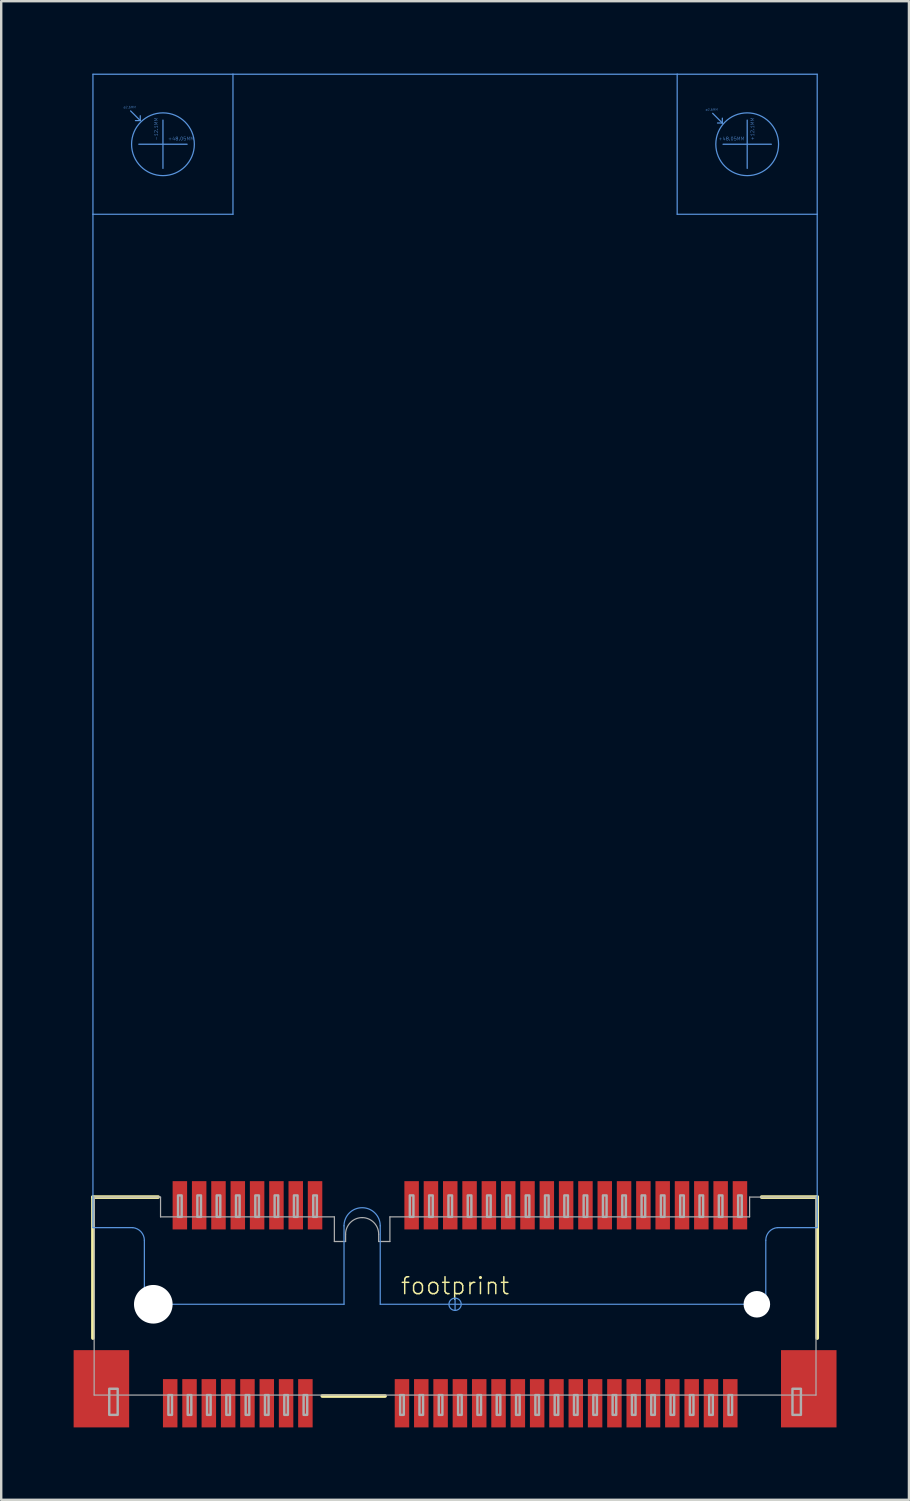
<source format=kicad_pcb>
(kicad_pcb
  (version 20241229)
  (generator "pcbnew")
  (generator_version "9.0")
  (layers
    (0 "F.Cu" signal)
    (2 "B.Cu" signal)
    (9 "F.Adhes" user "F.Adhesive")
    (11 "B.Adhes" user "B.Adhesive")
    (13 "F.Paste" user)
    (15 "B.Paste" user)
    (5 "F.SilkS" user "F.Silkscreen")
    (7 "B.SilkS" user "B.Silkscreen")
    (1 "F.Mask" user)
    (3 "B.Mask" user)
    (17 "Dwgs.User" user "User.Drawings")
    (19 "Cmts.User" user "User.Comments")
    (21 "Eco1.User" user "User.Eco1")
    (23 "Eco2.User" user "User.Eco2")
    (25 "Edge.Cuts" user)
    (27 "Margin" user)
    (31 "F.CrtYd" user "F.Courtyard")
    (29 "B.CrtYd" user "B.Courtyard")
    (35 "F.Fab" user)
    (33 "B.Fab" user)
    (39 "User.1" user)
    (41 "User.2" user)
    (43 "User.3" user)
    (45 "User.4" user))
  (footprint "footprint"
    (layer "F.Cu")
    (at 15.8 50.975)
    (property "Reference" "footprint" (at 0 -0.762 0) (layer "F.SilkS") (effects (font (size 0.701 0.701) (thickness 0.061))))
    (fp_line (start -15 1.4) (end -15 -4.44) (stroke (width 0.152) (type solid)) (layer "F.SilkS"))
    (fp_line (start -12.3 -4.44) (end -15 -4.44) (stroke (width 0.152) (type solid)) (layer "F.SilkS"))
    (fp_line (start -2.9 3.8) (end -5.5 3.8) (stroke (width 0.152) (type solid)) (layer "F.SilkS"))
    (fp_line (start 15 -4.44) (end 12.7 -4.44) (stroke (width 0.152) (type solid)) (layer "F.SilkS"))
    (fp_line (start 15 1.4) (end 15 -4.44) (stroke (width 0.152) (type solid)) (layer "F.SilkS"))
    (fp_line (start -15 -50.95) (end -9.2 -50.95) (stroke (width 0.051) (type solid)) (layer "Cmts.User"))
    (fp_line (start -15 -45.15) (end -15 -50.95) (stroke (width 0.051) (type solid)) (layer "Cmts.User"))
    (fp_line (start -15 -3.175) (end -15 -45.15) (stroke (width 0.051) (type solid)) (layer "Cmts.User"))
    (fp_line (start -13.35 -3.175) (end -15 -3.175) (stroke (width 0.051) (type solid)) (layer "Cmts.User"))
    (fp_line (start -13.1 -48.05) (end -11.1 -48.05) (stroke (width 0.051) (type solid)) (layer "Cmts.User"))
    (fp_line (start -13.04 -49.03) (end -13.44 -49.43) (stroke (width 0.051) (type solid)) (layer "Cmts.User"))
    (fp_line (start -13.04 -49.03) (end -13.24 -49.03) (stroke (width 0.051) (type solid)) (layer "Cmts.User"))
    (fp_line (start -13.04 -49.03) (end -13.04 -49.23) (stroke (width 0.051) (type solid)) (layer "Cmts.User"))
    (fp_line (start -12.87 0) (end -12.87 -2.65) (stroke (width 0.051) (type solid)) (layer "Cmts.User"))
    (fp_line (start -12.1 -47.05) (end -12.1 -49.05) (stroke (width 0.051) (type solid)) (layer "Cmts.User"))
    (fp_line (start -9.2 -50.95) (end 9.2 -50.95) (stroke (width 0.051) (type solid)) (layer "Cmts.User"))
    (fp_line (start -9.2 -45.15) (end -15 -45.15) (stroke (width 0.051) (type solid)) (layer "Cmts.User"))
    (fp_line (start -9.2 -45.15) (end -9.2 -50.95) (stroke (width 0.051) (type solid)) (layer "Cmts.User"))
    (fp_line (start -4.6 -3.25) (end -4.6 0) (stroke (width 0.051) (type solid)) (layer "Cmts.User"))
    (fp_line (start -4.6 0) (end -12.87 0) (stroke (width 0.051) (type solid)) (layer "Cmts.User"))
    (fp_line (start -3.1 -3.25) (end -3.1 0) (stroke (width 0.051) (type solid)) (layer "Cmts.User"))
    (fp_line (start 0 0.254) (end 0 -0.254) (stroke (width 0.051) (type solid)) (layer "Cmts.User"))
    (fp_line (start 9.2 -50.95) (end 15 -50.95) (stroke (width 0.051) (type solid)) (layer "Cmts.User"))
    (fp_line (start 9.2 -45.15) (end 9.2 -50.95) (stroke (width 0.051) (type solid)) (layer "Cmts.User"))
    (fp_line (start 11.07 -48.93) (end 10.67 -49.33) (stroke (width 0.051) (type solid)) (layer "Cmts.User"))
    (fp_line (start 11.07 -48.93) (end 10.87 -48.93) (stroke (width 0.051) (type solid)) (layer "Cmts.User"))
    (fp_line (start 11.07 -48.93) (end 11.07 -49.13) (stroke (width 0.051) (type solid)) (layer "Cmts.User"))
    (fp_line (start 11.1 -48.05) (end 13.1 -48.05) (stroke (width 0.051) (type solid)) (layer "Cmts.User"))
    (fp_line (start 12.1 -47.05) (end 12.1 -49.05) (stroke (width 0.051) (type solid)) (layer "Cmts.User"))
    (fp_line (start 12.87 -2.65) (end 12.87 0) (stroke (width 0.051) (type solid)) (layer "Cmts.User"))
    (fp_line (start 12.87 0) (end -3.1 0) (stroke (width 0.051) (type solid)) (layer "Cmts.User"))
    (fp_line (start 13.35 -3.175) (end 15 -3.175) (stroke (width 0.051) (type solid)) (layer "Cmts.User"))
    (fp_line (start 15 -45.15) (end 9.2 -45.15) (stroke (width 0.051) (type solid)) (layer "Cmts.User"))
    (fp_line (start 15 -45.15) (end 15 -50.95) (stroke (width 0.051) (type solid)) (layer "Cmts.User"))
    (fp_line (start 15 -3.175) (end 15 -45.15) (stroke (width 0.051) (type solid)) (layer "Cmts.User"))
    (fp_arc (start -13.35 -3.175) (mid -13.009471 -3.004412) (end -12.869998 -2.65) (stroke (width 0.0508) (type solid)) (layer "Cmts.User"))
    (fp_arc (start -4.6 -3.25) (mid -3.85 -4) (end -3.1 -3.25) (stroke (width 0.0508) (type solid)) (layer "Cmts.User"))
    (fp_arc (start 12.869999 -2.650001) (mid 13.007986 -3.00577) (end 13.35 -3.175) (stroke (width 0.0508) (type solid)) (layer "Cmts.User"))
    (fp_circle (center -12.1 -48.05) (end -10.8 -48.05) (stroke (width 0.051) (type solid)) (fill no) (layer "Cmts.User"))
    (fp_circle (center 0 0) (end 0.254 0) (stroke (width 0.051) (type solid)) (fill no) (layer "Cmts.User"))
    (fp_circle (center 12.1 -48.05) (end 13.4 -48.05) (stroke (width 0.051) (type solid)) (fill no) (layer "Cmts.User"))
    (fp_line (start -14.95 -4.44) (end -14.95 3.76) (stroke (width 0.05) (type solid)) (layer "F.Fab"))
    (fp_line (start -14.95 3.76) (end 14.95 3.76) (stroke (width 0.05) (type solid)) (layer "F.Fab"))
    (fp_line (start -12.2 -4.44) (end -14.95 -4.44) (stroke (width 0.05) (type solid)) (layer "F.Fab"))
    (fp_line (start -12.2 -3.62) (end -12.2 -4.44) (stroke (width 0.05) (type solid)) (layer "F.Fab"))
    (fp_line (start -12.2 -3.62) (end -5 -3.62) (stroke (width 0.05) (type solid)) (layer "F.Fab"))
    (fp_line (start -5 -3.62) (end -5 -2.6) (stroke (width 0.05) (type solid)) (layer "F.Fab"))
    (fp_line (start -4.535 -2.6) (end -5 -2.6) (stroke (width 0.05) (type solid)) (layer "F.Fab"))
    (fp_line (start -4.535 -2.6) (end -4.535 -2.9) (stroke (width 0.05) (type solid)) (layer "F.Fab"))
    (fp_line (start -3.165 -2.9) (end -3.165 -2.6) (stroke (width 0.05) (type solid)) (layer "F.Fab"))
    (fp_line (start -2.7 -3.62) (end -2.7 -2.6) (stroke (width 0.05) (type solid)) (layer "F.Fab"))
    (fp_line (start -2.7 -3.62) (end 12.2 -3.62) (stroke (width 0.05) (type solid)) (layer "F.Fab"))
    (fp_line (start -2.7 -2.6) (end -3.165 -2.6) (stroke (width 0.05) (type solid)) (layer "F.Fab"))
    (fp_line (start 12.2 -3.62) (end 12.2 -4.44) (stroke (width 0.05) (type solid)) (layer "F.Fab"))
    (fp_line (start 14.95 -4.44) (end 12.2 -4.44) (stroke (width 0.05) (type solid)) (layer "F.Fab"))
    (fp_line (start 14.95 3.76) (end 14.95 -4.44) (stroke (width 0.05) (type solid)) (layer "F.Fab"))
    (fp_arc (start -4.535 -2.9) (mid -4.335404 -3.386868) (end -3.85 -3.59) (stroke (width 0.05) (type solid)) (layer "F.Fab"))
    (fp_arc (start -3.85 -3.59) (mid -3.364596 -3.386868) (end -3.165 -2.9) (stroke (width 0.05) (type solid)) (layer "F.Fab"))
    (fp_poly (pts (xy -14.325 4.58) (xy -13.975 4.58) (xy -13.975 3.5) (xy -14.325 3.5)) (stroke (width 0.1) (type solid)) (fill no) (layer "F.Fab"))
    (fp_poly (pts (xy -11.875 4.58) (xy -11.725 4.58) (xy -11.725 3.76) (xy -11.875 3.76)) (stroke (width 0.1) (type solid)) (fill no) (layer "F.Fab"))
    (fp_poly (pts (xy -11.475 -3.62) (xy -11.325 -3.62) (xy -11.325 -4.51) (xy -11.475 -4.51)) (stroke (width 0.1) (type solid)) (fill no) (layer "F.Fab"))
    (fp_poly (pts (xy -11.075 4.58) (xy -10.925 4.58) (xy -10.925 3.76) (xy -11.075 3.76)) (stroke (width 0.1) (type solid)) (fill no) (layer "F.Fab"))
    (fp_poly (pts (xy -10.675 -3.62) (xy -10.525 -3.62) (xy -10.525 -4.51) (xy -10.675 -4.51)) (stroke (width 0.1) (type solid)) (fill no) (layer "F.Fab"))
    (fp_poly (pts (xy -10.275 4.58) (xy -10.125 4.58) (xy -10.125 3.76) (xy -10.275 3.76)) (stroke (width 0.1) (type solid)) (fill no) (layer "F.Fab"))
    (fp_poly (pts (xy -9.875 -3.62) (xy -9.725 -3.62) (xy -9.725 -4.51) (xy -9.875 -4.51)) (stroke (width 0.1) (type solid)) (fill no) (layer "F.Fab"))
    (fp_poly (pts (xy -9.475 4.58) (xy -9.325 4.58) (xy -9.325 3.76) (xy -9.475 3.76)) (stroke (width 0.1) (type solid)) (fill no) (layer "F.Fab"))
    (fp_poly (pts (xy -9.075 -3.62) (xy -8.925 -3.62) (xy -8.925 -4.51) (xy -9.075 -4.51)) (stroke (width 0.1) (type solid)) (fill no) (layer "F.Fab"))
    (fp_poly (pts (xy -8.675 4.58) (xy -8.525 4.58) (xy -8.525 3.76) (xy -8.675 3.76)) (stroke (width 0.1) (type solid)) (fill no) (layer "F.Fab"))
    (fp_poly (pts (xy -8.275 -3.62) (xy -8.125 -3.62) (xy -8.125 -4.51) (xy -8.275 -4.51)) (stroke (width 0.1) (type solid)) (fill no) (layer "F.Fab"))
    (fp_poly (pts (xy -7.875 4.58) (xy -7.725 4.58) (xy -7.725 3.76) (xy -7.875 3.76)) (stroke (width 0.1) (type solid)) (fill no) (layer "F.Fab"))
    (fp_poly (pts (xy -7.475 -3.62) (xy -7.325 -3.62) (xy -7.325 -4.51) (xy -7.475 -4.51)) (stroke (width 0.1) (type solid)) (fill no) (layer "F.Fab"))
    (fp_poly (pts (xy -7.075 4.58) (xy -6.925 4.58) (xy -6.925 3.76) (xy -7.075 3.76)) (stroke (width 0.1) (type solid)) (fill no) (layer "F.Fab"))
    (fp_poly (pts (xy -6.675 -3.62) (xy -6.525 -3.62) (xy -6.525 -4.51) (xy -6.675 -4.51)) (stroke (width 0.1) (type solid)) (fill no) (layer "F.Fab"))
    (fp_poly (pts (xy -6.275 4.58) (xy -6.125 4.58) (xy -6.125 3.76) (xy -6.275 3.76)) (stroke (width 0.1) (type solid)) (fill no) (layer "F.Fab"))
    (fp_poly (pts (xy -5.875 -3.62) (xy -5.725 -3.62) (xy -5.725 -4.51) (xy -5.875 -4.51)) (stroke (width 0.1) (type solid)) (fill no) (layer "F.Fab"))
    (fp_poly (pts (xy -2.275 4.58) (xy -2.125 4.58) (xy -2.125 3.76) (xy -2.275 3.76)) (stroke (width 0.1) (type solid)) (fill no) (layer "F.Fab"))
    (fp_poly (pts (xy -1.875 -3.62) (xy -1.725 -3.62) (xy -1.725 -4.51) (xy -1.875 -4.51)) (stroke (width 0.1) (type solid)) (fill no) (layer "F.Fab"))
    (fp_poly (pts (xy -1.475 4.58) (xy -1.325 4.58) (xy -1.325 3.76) (xy -1.475 3.76)) (stroke (width 0.1) (type solid)) (fill no) (layer "F.Fab"))
    (fp_poly (pts (xy -1.075 -3.62) (xy -0.925 -3.62) (xy -0.925 -4.51) (xy -1.075 -4.51)) (stroke (width 0.1) (type solid)) (fill no) (layer "F.Fab"))
    (fp_poly (pts (xy -0.675 4.58) (xy -0.525 4.58) (xy -0.525 3.76) (xy -0.675 3.76)) (stroke (width 0.1) (type solid)) (fill no) (layer "F.Fab"))
    (fp_poly (pts (xy -0.275 -3.62) (xy -0.125 -3.62) (xy -0.125 -4.51) (xy -0.275 -4.51)) (stroke (width 0.1) (type solid)) (fill no) (layer "F.Fab"))
    (fp_poly (pts (xy 0.125 4.58) (xy 0.275 4.58) (xy 0.275 3.76) (xy 0.125 3.76)) (stroke (width 0.1) (type solid)) (fill no) (layer "F.Fab"))
    (fp_poly (pts (xy 0.525 -3.62) (xy 0.675 -3.62) (xy 0.675 -4.51) (xy 0.525 -4.51)) (stroke (width 0.1) (type solid)) (fill no) (layer "F.Fab"))
    (fp_poly (pts (xy 0.925 4.58) (xy 1.075 4.58) (xy 1.075 3.76) (xy 0.925 3.76)) (stroke (width 0.1) (type solid)) (fill no) (layer "F.Fab"))
    (fp_poly (pts (xy 1.325 -3.62) (xy 1.475 -3.62) (xy 1.475 -4.51) (xy 1.325 -4.51)) (stroke (width 0.1) (type solid)) (fill no) (layer "F.Fab"))
    (fp_poly (pts (xy 1.725 4.58) (xy 1.875 4.58) (xy 1.875 3.76) (xy 1.725 3.76)) (stroke (width 0.1) (type solid)) (fill no) (layer "F.Fab"))
    (fp_poly (pts (xy 2.125 -3.62) (xy 2.275 -3.62) (xy 2.275 -4.51) (xy 2.125 -4.51)) (stroke (width 0.1) (type solid)) (fill no) (layer "F.Fab"))
    (fp_poly (pts (xy 2.525 4.58) (xy 2.675 4.58) (xy 2.675 3.76) (xy 2.525 3.76)) (stroke (width 0.1) (type solid)) (fill no) (layer "F.Fab"))
    (fp_poly (pts (xy 2.925 -3.62) (xy 3.075 -3.62) (xy 3.075 -4.51) (xy 2.925 -4.51)) (stroke (width 0.1) (type solid)) (fill no) (layer "F.Fab"))
    (fp_poly (pts (xy 3.325 4.58) (xy 3.475 4.58) (xy 3.475 3.76) (xy 3.325 3.76)) (stroke (width 0.1) (type solid)) (fill no) (layer "F.Fab"))
    (fp_poly (pts (xy 3.725 -3.62) (xy 3.875 -3.62) (xy 3.875 -4.51) (xy 3.725 -4.51)) (stroke (width 0.1) (type solid)) (fill no) (layer "F.Fab"))
    (fp_poly (pts (xy 4.125 4.58) (xy 4.275 4.58) (xy 4.275 3.76) (xy 4.125 3.76)) (stroke (width 0.1) (type solid)) (fill no) (layer "F.Fab"))
    (fp_poly (pts (xy 4.525 -3.62) (xy 4.675 -3.62) (xy 4.675 -4.51) (xy 4.525 -4.51)) (stroke (width 0.1) (type solid)) (fill no) (layer "F.Fab"))
    (fp_poly (pts (xy 4.925 4.58) (xy 5.075 4.58) (xy 5.075 3.76) (xy 4.925 3.76)) (stroke (width 0.1) (type solid)) (fill no) (layer "F.Fab"))
    (fp_poly (pts (xy 5.325 -3.62) (xy 5.475 -3.62) (xy 5.475 -4.51) (xy 5.325 -4.51)) (stroke (width 0.1) (type solid)) (fill no) (layer "F.Fab"))
    (fp_poly (pts (xy 5.725 4.58) (xy 5.875 4.58) (xy 5.875 3.76) (xy 5.725 3.76)) (stroke (width 0.1) (type solid)) (fill no) (layer "F.Fab"))
    (fp_poly (pts (xy 6.125 -3.62) (xy 6.275 -3.62) (xy 6.275 -4.51) (xy 6.125 -4.51)) (stroke (width 0.1) (type solid)) (fill no) (layer "F.Fab"))
    (fp_poly (pts (xy 6.525 4.58) (xy 6.675 4.58) (xy 6.675 3.76) (xy 6.525 3.76)) (stroke (width 0.1) (type solid)) (fill no) (layer "F.Fab"))
    (fp_poly (pts (xy 6.925 -3.62) (xy 7.075 -3.62) (xy 7.075 -4.51) (xy 6.925 -4.51)) (stroke (width 0.1) (type solid)) (fill no) (layer "F.Fab"))
    (fp_poly (pts (xy 7.325 4.58) (xy 7.475 4.58) (xy 7.475 3.76) (xy 7.325 3.76)) (stroke (width 0.1) (type solid)) (fill no) (layer "F.Fab"))
    (fp_poly (pts (xy 7.725 -3.62) (xy 7.875 -3.62) (xy 7.875 -4.51) (xy 7.725 -4.51)) (stroke (width 0.1) (type solid)) (fill no) (layer "F.Fab"))
    (fp_poly (pts (xy 8.125 4.58) (xy 8.275 4.58) (xy 8.275 3.76) (xy 8.125 3.76)) (stroke (width 0.1) (type solid)) (fill no) (layer "F.Fab"))
    (fp_poly (pts (xy 8.525 -3.62) (xy 8.675 -3.62) (xy 8.675 -4.51) (xy 8.525 -4.51)) (stroke (width 0.1) (type solid)) (fill no) (layer "F.Fab"))
    (fp_poly (pts (xy 8.925 4.58) (xy 9.075 4.58) (xy 9.075 3.76) (xy 8.925 3.76)) (stroke (width 0.1) (type solid)) (fill no) (layer "F.Fab"))
    (fp_poly (pts (xy 9.325 -3.62) (xy 9.475 -3.62) (xy 9.475 -4.51) (xy 9.325 -4.51)) (stroke (width 0.1) (type solid)) (fill no) (layer "F.Fab"))
    (fp_poly (pts (xy 9.725 4.58) (xy 9.875 4.58) (xy 9.875 3.76) (xy 9.725 3.76)) (stroke (width 0.1) (type solid)) (fill no) (layer "F.Fab"))
    (fp_poly (pts (xy 10.125 -3.62) (xy 10.275 -3.62) (xy 10.275 -4.51) (xy 10.125 -4.51)) (stroke (width 0.1) (type solid)) (fill no) (layer "F.Fab"))
    (fp_poly (pts (xy 10.525 4.58) (xy 10.675 4.58) (xy 10.675 3.76) (xy 10.525 3.76)) (stroke (width 0.1) (type solid)) (fill no) (layer "F.Fab"))
    (fp_poly (pts (xy 10.925 -3.62) (xy 11.075 -3.62) (xy 11.075 -4.51) (xy 10.925 -4.51)) (stroke (width 0.1) (type solid)) (fill no) (layer "F.Fab"))
    (fp_poly (pts (xy 11.325 4.58) (xy 11.475 4.58) (xy 11.475 3.76) (xy 11.325 3.76)) (stroke (width 0.1) (type solid)) (fill no) (layer "F.Fab"))
    (fp_poly (pts (xy 11.725 -3.62) (xy 11.875 -3.62) (xy 11.875 -4.51) (xy 11.725 -4.51)) (stroke (width 0.1) (type solid)) (fill no) (layer "F.Fab"))
    (fp_poly (pts (xy 13.975 4.58) (xy 14.325 4.58) (xy 14.325 3.5) (xy 13.975 3.5)) (stroke (width 0.1) (type solid)) (fill no) (layer "F.Fab"))
    (fp_text user "ø2.6MM" (at -13.74 -49.53 0) (layer "Cmts.User") (effects (font (size 0.092 0.092) (thickness 0.008)) (justify left bottom)))
    (fp_text user "+12.1MM" (at 12.4 -48.2 90) (layer "Cmts.User") (effects (font (size 0.138 0.138) (thickness 0.012)) (justify left bottom)))
    (fp_text user "+48.05MM" (at -11.9 -48.2 0) (layer "Cmts.User") (effects (font (size 0.138 0.138) (thickness 0.012)) (justify left bottom)))
    (fp_text user "-12.1MM" (at -12.3 -48.2 90) (layer "Cmts.User") (effects (font (size 0.138 0.138) (thickness 0.012)) (justify left bottom)))
    (fp_text user "+48.05MM" (at 10.9 -48.2 0) (layer "Cmts.User") (effects (font (size 0.138 0.138) (thickness 0.012)) (justify left bottom)))
    (fp_text user "ø2.6MM" (at 10.37 -49.43 0) (layer "Cmts.User") (effects (font (size 0.092 0.092) (thickness 0.008)) (justify left bottom)))
    (pad "" np_thru_hole circle (at -12.5 0) (size 1.6 1.6) (drill 1.6) (layers "*.Cu" "*.Mask"))
    (pad "" np_thru_hole circle (at 12.5 0) (size 1.1 1.1) (drill 1.1) (layers "*.Cu" "*.Mask"))
    (pad "1" smd rect (at -11.8 4.1) (size 0.6 2) (layers "F.Cu" "F.Mask" "F.Paste"))
    (pad "2" smd rect (at -11.4 -4.1) (size 0.6 2) (layers "F.Cu" "F.Mask" "F.Paste"))
    (pad "3" smd rect (at -11 4.1) (size 0.6 2) (layers "F.Cu" "F.Mask" "F.Paste"))
    (pad "4" smd rect (at -10.6 -4.1) (size 0.6 2) (layers "F.Cu" "F.Mask" "F.Paste"))
    (pad "5" smd rect (at -10.2 4.1) (size 0.6 2) (layers "F.Cu" "F.Mask" "F.Paste"))
    (pad "6" smd rect (at -9.8 -4.1) (size 0.6 2) (layers "F.Cu" "F.Mask" "F.Paste"))
    (pad "7" smd rect (at -9.4 4.1) (size 0.6 2) (layers "F.Cu" "F.Mask" "F.Paste"))
    (pad "8" smd rect (at -9 -4.1) (size 0.6 2) (layers "F.Cu" "F.Mask" "F.Paste"))
    (pad "9" smd rect (at -8.6 4.1) (size 0.6 2) (layers "F.Cu" "F.Mask" "F.Paste"))
    (pad "10" smd rect (at -8.2 -4.1) (size 0.6 2) (layers "F.Cu" "F.Mask" "F.Paste"))
    (pad "11" smd rect (at -7.8 4.1) (size 0.6 2) (layers "F.Cu" "F.Mask" "F.Paste"))
    (pad "12" smd rect (at -7.4 -4.1) (size 0.6 2) (layers "F.Cu" "F.Mask" "F.Paste"))
    (pad "13" smd rect (at -7 4.1) (size 0.6 2) (layers "F.Cu" "F.Mask" "F.Paste"))
    (pad "14" smd rect (at -6.6 -4.1) (size 0.6 2) (layers "F.Cu" "F.Mask" "F.Paste"))
    (pad "15" smd rect (at -6.2 4.1) (size 0.6 2) (layers "F.Cu" "F.Mask" "F.Paste"))
    (pad "16" smd rect (at -5.8 -4.1) (size 0.6 2) (layers "F.Cu" "F.Mask" "F.Paste"))
    (pad "17" smd rect (at -2.2 4.1) (size 0.6 2) (layers "F.Cu" "F.Mask" "F.Paste"))
    (pad "18" smd rect (at -1.8 -4.1) (size 0.6 2) (layers "F.Cu" "F.Mask" "F.Paste"))
    (pad "19" smd rect (at -1.4 4.1) (size 0.6 2) (layers "F.Cu" "F.Mask" "F.Paste"))
    (pad "20" smd rect (at -1 -4.1) (size 0.6 2) (layers "F.Cu" "F.Mask" "F.Paste"))
    (pad "21" smd rect (at -0.6 4.1) (size 0.6 2) (layers "F.Cu" "F.Mask" "F.Paste"))
    (pad "22" smd rect (at -0.2 -4.1) (size 0.6 2) (layers "F.Cu" "F.Mask" "F.Paste"))
    (pad "23" smd rect (at 0.2 4.1) (size 0.6 2) (layers "F.Cu" "F.Mask" "F.Paste"))
    (pad "24" smd rect (at 0.6 -4.1) (size 0.6 2) (layers "F.Cu" "F.Mask" "F.Paste"))
    (pad "25" smd rect (at 1 4.1) (size 0.6 2) (layers "F.Cu" "F.Mask" "F.Paste"))
    (pad "26" smd rect (at 1.4 -4.1) (size 0.6 2) (layers "F.Cu" "F.Mask" "F.Paste"))
    (pad "27" smd rect (at 1.8 4.1) (size 0.6 2) (layers "F.Cu" "F.Mask" "F.Paste"))
    (pad "28" smd rect (at 2.2 -4.1) (size 0.6 2) (layers "F.Cu" "F.Mask" "F.Paste"))
    (pad "29" smd rect (at 2.6 4.1) (size 0.6 2) (layers "F.Cu" "F.Mask" "F.Paste"))
    (pad "30" smd rect (at 3 -4.1) (size 0.6 2) (layers "F.Cu" "F.Mask" "F.Paste"))
    (pad "31" smd rect (at 3.4 4.1) (size 0.6 2) (layers "F.Cu" "F.Mask" "F.Paste"))
    (pad "32" smd rect (at 3.8 -4.1) (size 0.6 2) (layers "F.Cu" "F.Mask" "F.Paste"))
    (pad "33" smd rect (at 4.2 4.1) (size 0.6 2) (layers "F.Cu" "F.Mask" "F.Paste"))
    (pad "34" smd rect (at 4.6 -4.1) (size 0.6 2) (layers "F.Cu" "F.Mask" "F.Paste"))
    (pad "35" smd rect (at 5 4.1) (size 0.6 2) (layers "F.Cu" "F.Mask" "F.Paste"))
    (pad "36" smd rect (at 5.4 -4.1) (size 0.6 2) (layers "F.Cu" "F.Mask" "F.Paste"))
    (pad "37" smd rect (at 5.8 4.1) (size 0.6 2) (layers "F.Cu" "F.Mask" "F.Paste"))
    (pad "38" smd rect (at 6.2 -4.1) (size 0.6 2) (layers "F.Cu" "F.Mask" "F.Paste"))
    (pad "39" smd rect (at 6.6 4.1) (size 0.6 2) (layers "F.Cu" "F.Mask" "F.Paste"))
    (pad "40" smd rect (at 7 -4.1) (size 0.6 2) (layers "F.Cu" "F.Mask" "F.Paste"))
    (pad "41" smd rect (at 7.4 4.1) (size 0.6 2) (layers "F.Cu" "F.Mask" "F.Paste"))
    (pad "42" smd rect (at 7.8 -4.1) (size 0.6 2) (layers "F.Cu" "F.Mask" "F.Paste"))
    (pad "43" smd rect (at 8.2 4.1) (size 0.6 2) (layers "F.Cu" "F.Mask" "F.Paste"))
    (pad "44" smd rect (at 8.6 -4.1) (size 0.6 2) (layers "F.Cu" "F.Mask" "F.Paste"))
    (pad "45" smd rect (at 9 4.1) (size 0.6 2) (layers "F.Cu" "F.Mask" "F.Paste"))
    (pad "46" smd rect (at 9.4 -4.1) (size 0.6 2) (layers "F.Cu" "F.Mask" "F.Paste"))
    (pad "47" smd rect (at 9.8 4.1) (size 0.6 2) (layers "F.Cu" "F.Mask" "F.Paste"))
    (pad "48" smd rect (at 10.2 -4.1) (size 0.6 2) (layers "F.Cu" "F.Mask" "F.Paste"))
    (pad "49" smd rect (at 10.6 4.1) (size 0.6 2) (layers "F.Cu" "F.Mask" "F.Paste"))
    (pad "50" smd rect (at 11 -4.1) (size 0.6 2) (layers "F.Cu" "F.Mask" "F.Paste"))
    (pad "51" smd rect (at 11.4 4.1) (size 0.6 2) (layers "F.Cu" "F.Mask" "F.Paste"))
    (pad "52" smd rect (at 11.8 -4.1) (size 0.6 2) (layers "F.Cu" "F.Mask" "F.Paste"))
    (pad "A1" smd rect (at -14.65 3.5) (size 2.3 3.2) (layers "F.Cu" "F.Mask" "F.Paste"))
    (pad "A2" smd rect (at 14.65 3.5) (size 2.3 3.2) (layers "F.Cu" "F.Mask" "F.Paste")))
  (gr_rect
    (start -3 -3)
    (end 34.6 59.075)
    (stroke (width 0.1) (type default))
    (fill no)
    (layer "Edge.Cuts")))
</source>
